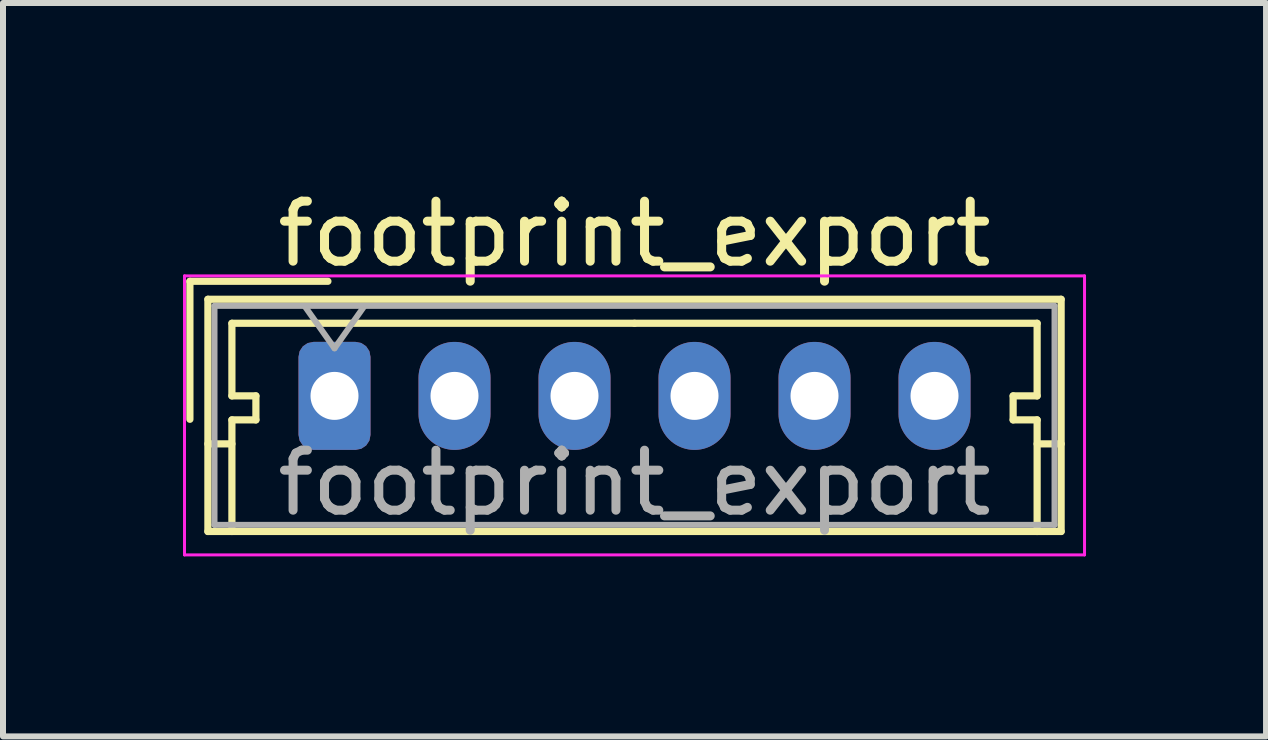
<source format=kicad_pcb>
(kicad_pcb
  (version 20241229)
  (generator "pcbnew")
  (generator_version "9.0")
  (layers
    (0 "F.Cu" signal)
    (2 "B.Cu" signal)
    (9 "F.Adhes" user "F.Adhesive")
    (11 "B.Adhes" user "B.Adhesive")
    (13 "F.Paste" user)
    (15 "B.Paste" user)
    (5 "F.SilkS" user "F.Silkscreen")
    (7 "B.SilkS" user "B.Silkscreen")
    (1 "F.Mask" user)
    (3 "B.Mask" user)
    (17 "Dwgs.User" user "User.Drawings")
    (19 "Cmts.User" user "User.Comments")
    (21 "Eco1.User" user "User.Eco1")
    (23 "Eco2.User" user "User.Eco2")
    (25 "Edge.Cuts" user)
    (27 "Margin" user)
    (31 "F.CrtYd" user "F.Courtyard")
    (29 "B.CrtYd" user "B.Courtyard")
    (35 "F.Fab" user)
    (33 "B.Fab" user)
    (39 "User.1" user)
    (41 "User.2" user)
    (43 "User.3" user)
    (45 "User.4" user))
  (footprint "footprint_export"
    (layer "F.Cu")
    (at 2.525 3.548)
    (property "Reference" "footprint_export" (at 5 -2.7 0) (layer "F.SilkS") (effects (font (size 1 1) (thickness 0.15))))
    (attr through_hole)
    (fp_line (start -2.41 -1.91) (end -2.41 0.39) (stroke (width 0.12) (type solid)) (layer "F.SilkS"))
    (fp_line (start -2.11 -1.61) (end -2.11 2.26) (stroke (width 0.12) (type solid)) (layer "F.SilkS"))
    (fp_line (start -2.11 0.8) (end -1.71 0.8) (stroke (width 0.12) (type solid)) (layer "F.SilkS"))
    (fp_line (start -2.11 2.26) (end 12.11 2.26) (stroke (width 0.12) (type solid)) (layer "F.SilkS"))
    (fp_line (start -1.71 -1.21) (end -1.71 0) (stroke (width 0.12) (type solid)) (layer "F.SilkS"))
    (fp_line (start -1.71 0) (end -1.31 0) (stroke (width 0.12) (type solid)) (layer "F.SilkS"))
    (fp_line (start -1.71 0.4) (end -1.71 2.26) (stroke (width 0.12) (type solid)) (layer "F.SilkS"))
    (fp_line (start -1.31 0) (end -1.31 0.4) (stroke (width 0.12) (type solid)) (layer "F.SilkS"))
    (fp_line (start -1.31 0.4) (end -1.71 0.4) (stroke (width 0.12) (type solid)) (layer "F.SilkS"))
    (fp_line (start -0.11 -1.91) (end -2.41 -1.91) (stroke (width 0.12) (type solid)) (layer "F.SilkS"))
    (fp_line (start 5 -1.21) (end -1.71 -1.21) (stroke (width 0.12) (type solid)) (layer "F.SilkS"))
    (fp_line (start 5 -1.21) (end 11.71 -1.21) (stroke (width 0.12) (type solid)) (layer "F.SilkS"))
    (fp_line (start 11.31 0) (end 11.31 0.4) (stroke (width 0.12) (type solid)) (layer "F.SilkS"))
    (fp_line (start 11.31 0.4) (end 11.71 0.4) (stroke (width 0.12) (type solid)) (layer "F.SilkS"))
    (fp_line (start 11.71 -1.21) (end 11.71 0) (stroke (width 0.12) (type solid)) (layer "F.SilkS"))
    (fp_line (start 11.71 0) (end 11.31 0) (stroke (width 0.12) (type solid)) (layer "F.SilkS"))
    (fp_line (start 11.71 0.4) (end 11.71 2.26) (stroke (width 0.12) (type solid)) (layer "F.SilkS"))
    (fp_line (start 12.11 -1.61) (end -2.11 -1.61) (stroke (width 0.12) (type solid)) (layer "F.SilkS"))
    (fp_line (start 12.11 0.8) (end 11.71 0.8) (stroke (width 0.12) (type solid)) (layer "F.SilkS"))
    (fp_line (start 12.11 2.26) (end 12.11 -1.61) (stroke (width 0.12) (type solid)) (layer "F.SilkS"))
    (fp_line (start -2.5 -2) (end -2.5 2.65) (stroke (width 0.05) (type solid)) (layer "F.CrtYd"))
    (fp_line (start -2.5 2.65) (end 12.5 2.65) (stroke (width 0.05) (type solid)) (layer "F.CrtYd"))
    (fp_line (start 12.5 -2) (end -2.5 -2) (stroke (width 0.05) (type solid)) (layer "F.CrtYd"))
    (fp_line (start 12.5 2.65) (end 12.5 -2) (stroke (width 0.05) (type solid)) (layer "F.CrtYd"))
    (fp_line (start -2 -1.5) (end -2 2.15) (stroke (width 0.1) (type solid)) (layer "F.Fab"))
    (fp_line (start -2 2.15) (end 12 2.15) (stroke (width 0.1) (type solid)) (layer "F.Fab"))
    (fp_line (start -0.5 -1.5) (end 0 -0.793) (stroke (width 0.1) (type solid)) (layer "F.Fab"))
    (fp_line (start 0 -0.793) (end 0.5 -1.5) (stroke (width 0.1) (type solid)) (layer "F.Fab"))
    (fp_line (start 12 -1.5) (end -2 -1.5) (stroke (width 0.1) (type solid)) (layer "F.Fab"))
    (fp_line (start 12 2.15) (end 12 -1.5) (stroke (width 0.1) (type solid)) (layer "F.Fab"))
    (fp_text user "${REFERENCE}" (at 5 1.45 0) (layer "F.Fab") (effects (font (size 1 1) (thickness 0.15))))
    (pad "1" thru_hole roundrect (at 0 0) (size 1.2 1.8) (drill 0.8) (layers "*.Cu" "*.Mask") (roundrect_rratio 0.208))
    (pad "2" thru_hole oval (at 2 0) (size 1.2 1.8) (drill 0.8) (layers "*.Cu" "*.Mask"))
    (pad "3" thru_hole oval (at 4 0) (size 1.2 1.8) (drill 0.8) (layers "*.Cu" "*.Mask"))
    (pad "4" thru_hole oval (at 6 0) (size 1.2 1.8) (drill 0.8) (layers "*.Cu" "*.Mask"))
    (pad "5" thru_hole oval (at 8 0) (size 1.2 1.8) (drill 0.8) (layers "*.Cu" "*.Mask"))
    (pad "6" thru_hole oval (at 10 0) (size 1.2 1.8) (drill 0.8) (layers "*.Cu" "*.Mask")))
  (gr_rect
    (start -3 -3)
    (end 18.05 9.223)
    (stroke (width 0.1) (type default))
    (fill no)
    (layer "Edge.Cuts")))
</source>
